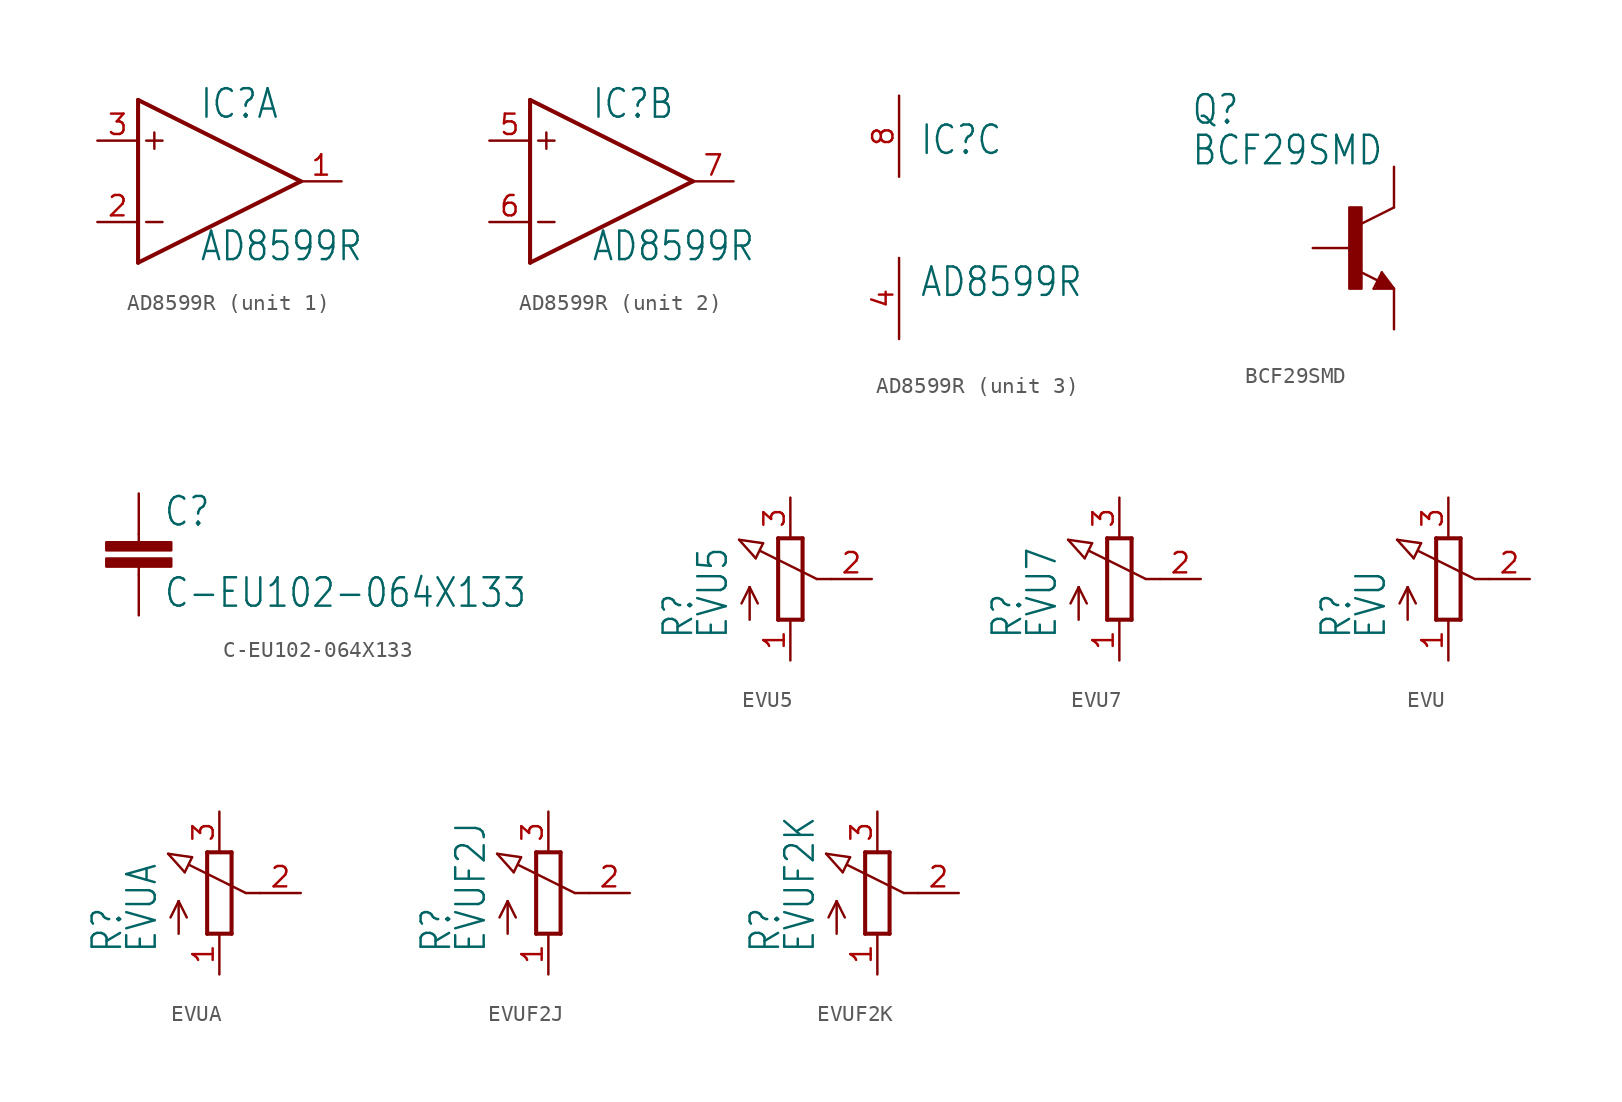
<source format=kicad_sym>
(kicad_symbol_lib
  (version 20211014)
  (generator kicad_symbol_editor)
  (symbol "AD8599R"
    (property "Reference" "IC"
      (at 1.27 3.81 0)
      (effects (font (size 1.778 1.511)) (justify left bottom)))
    (property "Value" "AD8599R"
      (at 1.27 -5.08 0)
      (effects (font (size 1.778 1.511)) (justify left bottom)))
    (property "ki_locked" ""
      (at 0 0 0)
      (effects (font (size 1.27 1.27))))
    (symbol "AD8599R_1_0"
      (polyline (pts (xy -2.54 -5.08) (xy 7.62 0)) (stroke (width 0.254) (type default) (color 0 0 0 0)) (fill (type none)))
      (polyline (pts (xy -2.54 5.08) (xy -2.54 -5.08)) (stroke (width 0.254) (type default) (color 0 0 0 0)) (fill (type none)))
      (polyline (pts (xy -2.032 -2.54) (xy -1.016 -2.54)) (stroke (width 0.152) (type default) (color 0 0 0 0)) (fill (type none)))
      (polyline (pts (xy -2.032 2.54) (xy -1.016 2.54)) (stroke (width 0.152) (type default) (color 0 0 0 0)) (fill (type none)))
      (polyline (pts (xy -1.524 3.048) (xy -1.524 2.032)) (stroke (width 0.152) (type default) (color 0 0 0 0)) (fill (type none)))
      (polyline (pts (xy 7.62 0) (xy -2.54 5.08)) (stroke (width 0.254) (type default) (color 0 0 0 0)) (fill (type none)))
      (pin output line (at 10.16 0 180) (length 2.54) (name "OUT" (effects (font (size 0 0)))) (number "1" (effects (font (size 1.27 1.27)))))
      (pin input line (at -5.08 -2.54 0) (length 2.54) (name "IN-" (effects (font (size 0 0)))) (number "2" (effects (font (size 1.27 1.27)))))
      (pin input line (at -5.08 2.54 0) (length 2.54) (name "IN+" (effects (font (size 0 0)))) (number "3" (effects (font (size 1.27 1.27))))))
    (symbol "AD8599R_2_0"
      (polyline (pts (xy -2.54 -5.08) (xy 7.62 0)) (stroke (width 0.254) (type default) (color 0 0 0 0)) (fill (type none)))
      (polyline (pts (xy -2.54 5.08) (xy -2.54 -5.08)) (stroke (width 0.254) (type default) (color 0 0 0 0)) (fill (type none)))
      (polyline (pts (xy -2.032 -2.54) (xy -1.016 -2.54)) (stroke (width 0.152) (type default) (color 0 0 0 0)) (fill (type none)))
      (polyline (pts (xy -2.032 2.54) (xy -1.016 2.54)) (stroke (width 0.152) (type default) (color 0 0 0 0)) (fill (type none)))
      (polyline (pts (xy -1.524 3.048) (xy -1.524 2.032)) (stroke (width 0.152) (type default) (color 0 0 0 0)) (fill (type none)))
      (polyline (pts (xy 7.62 0) (xy -2.54 5.08)) (stroke (width 0.254) (type default) (color 0 0 0 0)) (fill (type none)))
      (pin input line (at -5.08 2.54 0) (length 2.54) (name "IN+" (effects (font (size 0 0)))) (number "5" (effects (font (size 1.27 1.27)))))
      (pin input line (at -5.08 -2.54 0) (length 2.54) (name "IN-" (effects (font (size 0 0)))) (number "6" (effects (font (size 1.27 1.27)))))
      (pin output line (at 10.16 0 180) (length 2.54) (name "OUT" (effects (font (size 0 0)))) (number "7" (effects (font (size 1.27 1.27))))))
    (symbol "AD8599R_3_0"
      (pin power_in line (at 0 -7.62 90) (length 5.08) (name "V-" (effects (font (size 0 0)))) (number "4" (effects (font (size 1.27 1.27)))))
      (pin power_in line (at 0 7.62 270) (length 5.08) (name "V+" (effects (font (size 0 0)))) (number "8" (effects (font (size 1.27 1.27)))))))
  (symbol "BCF29SMD"
    (property "Reference" "Q"
      (at -10.16 7.62 0)
      (effects (font (size 1.778 1.511)) (justify left bottom)))
    (property "Value" "BCF29SMD"
      (at -10.16 5.08 0)
      (effects (font (size 1.778 1.511)) (justify left bottom)))
    (property "ki_locked" ""
      (at 0 0 0)
      (effects (font (size 1.27 1.27))))
    (symbol "BCF29SMD_1_0"
      (rectangle (start -0.254 -2.54) (end 0.508 2.54) (stroke (width 0) (type default) (color 0 0 0 0)) (fill (type outline)))
      (polyline (pts (xy 1.27 -2.54) (xy 1.778 -1.524)) (stroke (width 0.152) (type default) (color 0 0 0 0)) (fill (type none)))
      (polyline (pts (xy 1.524 -2.413) (xy 2.286 -2.413)) (stroke (width 0.254) (type default) (color 0 0 0 0)) (fill (type none)))
      (polyline (pts (xy 1.524 -2.286) (xy 1.905 -2.286)) (stroke (width 0.254) (type default) (color 0 0 0 0)) (fill (type none)))
      (polyline (pts (xy 1.54 -2.04) (xy 0.308 -1.424)) (stroke (width 0.152) (type default) (color 0 0 0 0)) (fill (type none)))
      (polyline (pts (xy 1.778 -1.778) (xy 1.524 -2.286)) (stroke (width 0.254) (type default) (color 0 0 0 0)) (fill (type none)))
      (polyline (pts (xy 1.778 -1.524) (xy 2.54 -2.54)) (stroke (width 0.152) (type default) (color 0 0 0 0)) (fill (type none)))
      (polyline (pts (xy 1.905 -2.286) (xy 1.778 -2.032)) (stroke (width 0.254) (type default) (color 0 0 0 0)) (fill (type none)))
      (polyline (pts (xy 2.286 -2.413) (xy 1.778 -1.778)) (stroke (width 0.254) (type default) (color 0 0 0 0)) (fill (type none)))
      (polyline (pts (xy 2.54 -2.54) (xy 1.27 -2.54)) (stroke (width 0.152) (type default) (color 0 0 0 0)) (fill (type none)))
      (polyline (pts (xy 2.54 2.54) (xy 0.508 1.524)) (stroke (width 0.152) (type default) (color 0 0 0 0)) (fill (type none)))
      (pin passive line (at -2.54 0 0) (length 2.54) (name "B" (effects (font (size 0 0)))) (number "1" (effects (font (size 0 0)))))
      (pin passive line (at 2.54 -5.08 90) (length 2.54) (name "E" (effects (font (size 0 0)))) (number "2" (effects (font (size 0 0)))))
      (pin passive line (at 2.54 5.08 270) (length 2.54) (name "C" (effects (font (size 0 0)))) (number "3" (effects (font (size 0 0)))))))
  (symbol "C-EU102-064X133"
    (property "Reference" "C"
      (at 1.524 0.381 0)
      (effects (font (size 1.778 1.511)) (justify left bottom)))
    (property "Value" "C-EU102-064X133"
      (at 1.524 -4.699 0)
      (effects (font (size 1.778 1.511)) (justify left bottom)))
    (property "ki_locked" ""
      (at 0 0 0)
      (effects (font (size 1.27 1.27))))
    (symbol "C-EU102-064X133_1_0"
      (rectangle (start -2.032 -2.032) (end 2.032 -1.524) (stroke (width 0) (type default) (color 0 0 0 0)) (fill (type outline)))
      (rectangle (start -2.032 -1.016) (end 2.032 -0.508) (stroke (width 0) (type default) (color 0 0 0 0)) (fill (type outline)))
      (polyline (pts (xy 0 -2.54) (xy 0 -2.032)) (stroke (width 0.152) (type default) (color 0 0 0 0)) (fill (type none)))
      (polyline (pts (xy 0 0) (xy 0 -0.508)) (stroke (width 0.152) (type default) (color 0 0 0 0)) (fill (type none)))
      (pin passive line (at 0 2.54 270) (length 2.54) (name "1" (effects (font (size 0 0)))) (number "1" (effects (font (size 0 0)))))
      (pin passive line (at 0 -5.08 90) (length 2.54) (name "2" (effects (font (size 0 0)))) (number "2" (effects (font (size 0 0)))))))
  (symbol "EVU5"
    (property "Reference" "R"
      (at -5.969 -3.81 90)
      (effects (font (size 1.778 1.511)) (justify left bottom)))
    (property "Value" "EVU5"
      (at -3.81 -3.81 90)
      (effects (font (size 1.778 1.511)) (justify left bottom)))
    (property "ki_locked" ""
      (at 0 0 0)
      (effects (font (size 1.27 1.27))))
    (symbol "EVU5_1_0"
      (polyline (pts (xy -3.199 2.45) (xy -1.702 2.235)) (stroke (width 0.152) (type default) (color 0 0 0 0)) (fill (type none)))
      (polyline (pts (xy -2.54 -2.54) (xy -2.54 -0.508)) (stroke (width 0.152) (type default) (color 0 0 0 0)) (fill (type none)))
      (polyline (pts (xy -2.54 -0.508) (xy -3.048 -1.524)) (stroke (width 0.152) (type default) (color 0 0 0 0)) (fill (type none)))
      (polyline (pts (xy -2.54 -0.508) (xy -2.032 -1.524)) (stroke (width 0.152) (type default) (color 0 0 0 0)) (fill (type none)))
      (polyline (pts (xy -2.16 1.294) (xy -3.199 2.45)) (stroke (width 0.152) (type default) (color 0 0 0 0)) (fill (type none)))
      (polyline (pts (xy -2.16 1.294) (xy -1.702 2.235)) (stroke (width 0.152) (type default) (color 0 0 0 0)) (fill (type none)))
      (polyline (pts (xy -0.762 -2.54) (xy 0.762 -2.54)) (stroke (width 0.254) (type default) (color 0 0 0 0)) (fill (type none)))
      (polyline (pts (xy -0.762 2.54) (xy -0.762 -2.54)) (stroke (width 0.254) (type default) (color 0 0 0 0)) (fill (type none)))
      (polyline (pts (xy 0.762 -2.54) (xy 0.762 2.54)) (stroke (width 0.254) (type default) (color 0 0 0 0)) (fill (type none)))
      (polyline (pts (xy 0.762 2.54) (xy -0.762 2.54)) (stroke (width 0.254) (type default) (color 0 0 0 0)) (fill (type none)))
      (polyline (pts (xy 1.651 0) (xy -1.88 1.753)) (stroke (width 0.152) (type default) (color 0 0 0 0)) (fill (type none)))
      (polyline (pts (xy 2.54 0) (xy 1.651 0)) (stroke (width 0.152) (type default) (color 0 0 0 0)) (fill (type none)))
      (pin passive line (at 0 -5.08 90) (length 2.54) (name "A" (effects (font (size 0 0)))) (number "1" (effects (font (size 1.27 1.27)))))
      (pin passive line (at 5.08 0 180) (length 2.54) (name "S" (effects (font (size 0 0)))) (number "2" (effects (font (size 1.27 1.27)))))
      (pin passive line (at 0 5.08 270) (length 2.54) (name "E" (effects (font (size 0 0)))) (number "3" (effects (font (size 1.27 1.27)))))))
  (symbol "EVU7"
    (property "Reference" "R"
      (at -5.969 -3.81 90)
      (effects (font (size 1.778 1.511)) (justify left bottom)))
    (property "Value" "EVU7"
      (at -3.81 -3.81 90)
      (effects (font (size 1.778 1.511)) (justify left bottom)))
    (property "ki_locked" ""
      (at 0 0 0)
      (effects (font (size 1.27 1.27))))
    (symbol "EVU7_1_0"
      (polyline (pts (xy -3.199 2.45) (xy -1.702 2.235)) (stroke (width 0.152) (type default) (color 0 0 0 0)) (fill (type none)))
      (polyline (pts (xy -2.54 -2.54) (xy -2.54 -0.508)) (stroke (width 0.152) (type default) (color 0 0 0 0)) (fill (type none)))
      (polyline (pts (xy -2.54 -0.508) (xy -3.048 -1.524)) (stroke (width 0.152) (type default) (color 0 0 0 0)) (fill (type none)))
      (polyline (pts (xy -2.54 -0.508) (xy -2.032 -1.524)) (stroke (width 0.152) (type default) (color 0 0 0 0)) (fill (type none)))
      (polyline (pts (xy -2.16 1.294) (xy -3.199 2.45)) (stroke (width 0.152) (type default) (color 0 0 0 0)) (fill (type none)))
      (polyline (pts (xy -2.16 1.294) (xy -1.702 2.235)) (stroke (width 0.152) (type default) (color 0 0 0 0)) (fill (type none)))
      (polyline (pts (xy -0.762 -2.54) (xy 0.762 -2.54)) (stroke (width 0.254) (type default) (color 0 0 0 0)) (fill (type none)))
      (polyline (pts (xy -0.762 2.54) (xy -0.762 -2.54)) (stroke (width 0.254) (type default) (color 0 0 0 0)) (fill (type none)))
      (polyline (pts (xy 0.762 -2.54) (xy 0.762 2.54)) (stroke (width 0.254) (type default) (color 0 0 0 0)) (fill (type none)))
      (polyline (pts (xy 0.762 2.54) (xy -0.762 2.54)) (stroke (width 0.254) (type default) (color 0 0 0 0)) (fill (type none)))
      (polyline (pts (xy 1.651 0) (xy -1.88 1.753)) (stroke (width 0.152) (type default) (color 0 0 0 0)) (fill (type none)))
      (polyline (pts (xy 2.54 0) (xy 1.651 0)) (stroke (width 0.152) (type default) (color 0 0 0 0)) (fill (type none)))
      (pin passive line (at 0 -5.08 90) (length 2.54) (name "A" (effects (font (size 0 0)))) (number "1" (effects (font (size 1.27 1.27)))))
      (pin passive line (at 5.08 0 180) (length 2.54) (name "S" (effects (font (size 0 0)))) (number "2" (effects (font (size 1.27 1.27)))))
      (pin passive line (at 0 5.08 270) (length 2.54) (name "E" (effects (font (size 0 0)))) (number "3" (effects (font (size 1.27 1.27)))))))
  (symbol "EVU"
    (property "Reference" "R"
      (at -5.969 -3.81 90)
      (effects (font (size 1.778 1.511)) (justify left bottom)))
    (property "Value" "EVU"
      (at -3.81 -3.81 90)
      (effects (font (size 1.778 1.511)) (justify left bottom)))
    (property "ki_locked" ""
      (at 0 0 0)
      (effects (font (size 1.27 1.27))))
    (symbol "EVU_1_0"
      (polyline (pts (xy -3.199 2.45) (xy -1.702 2.235)) (stroke (width 0.152) (type default) (color 0 0 0 0)) (fill (type none)))
      (polyline (pts (xy -2.54 -2.54) (xy -2.54 -0.508)) (stroke (width 0.152) (type default) (color 0 0 0 0)) (fill (type none)))
      (polyline (pts (xy -2.54 -0.508) (xy -3.048 -1.524)) (stroke (width 0.152) (type default) (color 0 0 0 0)) (fill (type none)))
      (polyline (pts (xy -2.54 -0.508) (xy -2.032 -1.524)) (stroke (width 0.152) (type default) (color 0 0 0 0)) (fill (type none)))
      (polyline (pts (xy -2.16 1.294) (xy -3.199 2.45)) (stroke (width 0.152) (type default) (color 0 0 0 0)) (fill (type none)))
      (polyline (pts (xy -2.16 1.294) (xy -1.702 2.235)) (stroke (width 0.152) (type default) (color 0 0 0 0)) (fill (type none)))
      (polyline (pts (xy -0.762 -2.54) (xy 0.762 -2.54)) (stroke (width 0.254) (type default) (color 0 0 0 0)) (fill (type none)))
      (polyline (pts (xy -0.762 2.54) (xy -0.762 -2.54)) (stroke (width 0.254) (type default) (color 0 0 0 0)) (fill (type none)))
      (polyline (pts (xy 0.762 -2.54) (xy 0.762 2.54)) (stroke (width 0.254) (type default) (color 0 0 0 0)) (fill (type none)))
      (polyline (pts (xy 0.762 2.54) (xy -0.762 2.54)) (stroke (width 0.254) (type default) (color 0 0 0 0)) (fill (type none)))
      (polyline (pts (xy 1.651 0) (xy -1.88 1.753)) (stroke (width 0.152) (type default) (color 0 0 0 0)) (fill (type none)))
      (polyline (pts (xy 2.54 0) (xy 1.651 0)) (stroke (width 0.152) (type default) (color 0 0 0 0)) (fill (type none)))
      (pin passive line (at 0 -5.08 90) (length 2.54) (name "A" (effects (font (size 0 0)))) (number "1" (effects (font (size 1.27 1.27)))))
      (pin passive line (at 5.08 0 180) (length 2.54) (name "S" (effects (font (size 0 0)))) (number "2" (effects (font (size 1.27 1.27)))))
      (pin passive line (at 0 5.08 270) (length 2.54) (name "E" (effects (font (size 0 0)))) (number "3" (effects (font (size 1.27 1.27)))))))
  (symbol "EVUA"
    (property "Reference" "R"
      (at -5.969 -3.81 90)
      (effects (font (size 1.778 1.511)) (justify left bottom)))
    (property "Value" "EVUA"
      (at -3.81 -3.81 90)
      (effects (font (size 1.778 1.511)) (justify left bottom)))
    (property "ki_locked" ""
      (at 0 0 0)
      (effects (font (size 1.27 1.27))))
    (symbol "EVUA_1_0"
      (polyline (pts (xy -3.199 2.45) (xy -1.702 2.235)) (stroke (width 0.152) (type default) (color 0 0 0 0)) (fill (type none)))
      (polyline (pts (xy -2.54 -2.54) (xy -2.54 -0.508)) (stroke (width 0.152) (type default) (color 0 0 0 0)) (fill (type none)))
      (polyline (pts (xy -2.54 -0.508) (xy -3.048 -1.524)) (stroke (width 0.152) (type default) (color 0 0 0 0)) (fill (type none)))
      (polyline (pts (xy -2.54 -0.508) (xy -2.032 -1.524)) (stroke (width 0.152) (type default) (color 0 0 0 0)) (fill (type none)))
      (polyline (pts (xy -2.16 1.294) (xy -3.199 2.45)) (stroke (width 0.152) (type default) (color 0 0 0 0)) (fill (type none)))
      (polyline (pts (xy -2.16 1.294) (xy -1.702 2.235)) (stroke (width 0.152) (type default) (color 0 0 0 0)) (fill (type none)))
      (polyline (pts (xy -0.762 -2.54) (xy 0.762 -2.54)) (stroke (width 0.254) (type default) (color 0 0 0 0)) (fill (type none)))
      (polyline (pts (xy -0.762 2.54) (xy -0.762 -2.54)) (stroke (width 0.254) (type default) (color 0 0 0 0)) (fill (type none)))
      (polyline (pts (xy 0.762 -2.54) (xy 0.762 2.54)) (stroke (width 0.254) (type default) (color 0 0 0 0)) (fill (type none)))
      (polyline (pts (xy 0.762 2.54) (xy -0.762 2.54)) (stroke (width 0.254) (type default) (color 0 0 0 0)) (fill (type none)))
      (polyline (pts (xy 1.651 0) (xy -1.88 1.753)) (stroke (width 0.152) (type default) (color 0 0 0 0)) (fill (type none)))
      (polyline (pts (xy 2.54 0) (xy 1.651 0)) (stroke (width 0.152) (type default) (color 0 0 0 0)) (fill (type none)))
      (pin passive line (at 0 -5.08 90) (length 2.54) (name "A" (effects (font (size 0 0)))) (number "1" (effects (font (size 1.27 1.27)))))
      (pin passive line (at 5.08 0 180) (length 2.54) (name "S" (effects (font (size 0 0)))) (number "2" (effects (font (size 1.27 1.27)))))
      (pin passive line (at 0 5.08 270) (length 2.54) (name "E" (effects (font (size 0 0)))) (number "3" (effects (font (size 1.27 1.27)))))))
  (symbol "EVUF2J"
    (property "Reference" "R"
      (at -5.969 -3.81 90)
      (effects (font (size 1.778 1.511)) (justify left bottom)))
    (property "Value" "EVUF2J"
      (at -3.81 -3.81 90)
      (effects (font (size 1.778 1.511)) (justify left bottom)))
    (property "ki_locked" ""
      (at 0 0 0)
      (effects (font (size 1.27 1.27))))
    (symbol "EVUF2J_1_0"
      (polyline (pts (xy -3.199 2.45) (xy -1.702 2.235)) (stroke (width 0.152) (type default) (color 0 0 0 0)) (fill (type none)))
      (polyline (pts (xy -2.54 -2.54) (xy -2.54 -0.508)) (stroke (width 0.152) (type default) (color 0 0 0 0)) (fill (type none)))
      (polyline (pts (xy -2.54 -0.508) (xy -3.048 -1.524)) (stroke (width 0.152) (type default) (color 0 0 0 0)) (fill (type none)))
      (polyline (pts (xy -2.54 -0.508) (xy -2.032 -1.524)) (stroke (width 0.152) (type default) (color 0 0 0 0)) (fill (type none)))
      (polyline (pts (xy -2.16 1.294) (xy -3.199 2.45)) (stroke (width 0.152) (type default) (color 0 0 0 0)) (fill (type none)))
      (polyline (pts (xy -2.16 1.294) (xy -1.702 2.235)) (stroke (width 0.152) (type default) (color 0 0 0 0)) (fill (type none)))
      (polyline (pts (xy -0.762 -2.54) (xy 0.762 -2.54)) (stroke (width 0.254) (type default) (color 0 0 0 0)) (fill (type none)))
      (polyline (pts (xy -0.762 2.54) (xy -0.762 -2.54)) (stroke (width 0.254) (type default) (color 0 0 0 0)) (fill (type none)))
      (polyline (pts (xy 0.762 -2.54) (xy 0.762 2.54)) (stroke (width 0.254) (type default) (color 0 0 0 0)) (fill (type none)))
      (polyline (pts (xy 0.762 2.54) (xy -0.762 2.54)) (stroke (width 0.254) (type default) (color 0 0 0 0)) (fill (type none)))
      (polyline (pts (xy 1.651 0) (xy -1.88 1.753)) (stroke (width 0.152) (type default) (color 0 0 0 0)) (fill (type none)))
      (polyline (pts (xy 2.54 0) (xy 1.651 0)) (stroke (width 0.152) (type default) (color 0 0 0 0)) (fill (type none)))
      (pin passive line (at 0 -5.08 90) (length 2.54) (name "A" (effects (font (size 0 0)))) (number "1" (effects (font (size 1.27 1.27)))))
      (pin passive line (at 5.08 0 180) (length 2.54) (name "S" (effects (font (size 0 0)))) (number "2" (effects (font (size 1.27 1.27)))))
      (pin passive line (at 0 5.08 270) (length 2.54) (name "E" (effects (font (size 0 0)))) (number "3" (effects (font (size 1.27 1.27)))))))
  (symbol "EVUF2K"
    (property "Reference" "R"
      (at -5.969 -3.81 90)
      (effects (font (size 1.778 1.511)) (justify left bottom)))
    (property "Value" "EVUF2K"
      (at -3.81 -3.81 90)
      (effects (font (size 1.778 1.511)) (justify left bottom)))
    (property "ki_locked" ""
      (at 0 0 0)
      (effects (font (size 1.27 1.27))))
    (symbol "EVUF2K_1_0"
      (polyline (pts (xy -3.199 2.45) (xy -1.702 2.235)) (stroke (width 0.152) (type default) (color 0 0 0 0)) (fill (type none)))
      (polyline (pts (xy -2.54 -2.54) (xy -2.54 -0.508)) (stroke (width 0.152) (type default) (color 0 0 0 0)) (fill (type none)))
      (polyline (pts (xy -2.54 -0.508) (xy -3.048 -1.524)) (stroke (width 0.152) (type default) (color 0 0 0 0)) (fill (type none)))
      (polyline (pts (xy -2.54 -0.508) (xy -2.032 -1.524)) (stroke (width 0.152) (type default) (color 0 0 0 0)) (fill (type none)))
      (polyline (pts (xy -2.16 1.294) (xy -3.199 2.45)) (stroke (width 0.152) (type default) (color 0 0 0 0)) (fill (type none)))
      (polyline (pts (xy -2.16 1.294) (xy -1.702 2.235)) (stroke (width 0.152) (type default) (color 0 0 0 0)) (fill (type none)))
      (polyline (pts (xy -0.762 -2.54) (xy 0.762 -2.54)) (stroke (width 0.254) (type default) (color 0 0 0 0)) (fill (type none)))
      (polyline (pts (xy -0.762 2.54) (xy -0.762 -2.54)) (stroke (width 0.254) (type default) (color 0 0 0 0)) (fill (type none)))
      (polyline (pts (xy 0.762 -2.54) (xy 0.762 2.54)) (stroke (width 0.254) (type default) (color 0 0 0 0)) (fill (type none)))
      (polyline (pts (xy 0.762 2.54) (xy -0.762 2.54)) (stroke (width 0.254) (type default) (color 0 0 0 0)) (fill (type none)))
      (polyline (pts (xy 1.651 0) (xy -1.88 1.753)) (stroke (width 0.152) (type default) (color 0 0 0 0)) (fill (type none)))
      (polyline (pts (xy 2.54 0) (xy 1.651 0)) (stroke (width 0.152) (type default) (color 0 0 0 0)) (fill (type none)))
      (pin passive line (at 0 -5.08 90) (length 2.54) (name "A" (effects (font (size 0 0)))) (number "1" (effects (font (size 1.27 1.27)))))
      (pin passive line (at 5.08 0 180) (length 2.54) (name "S" (effects (font (size 0 0)))) (number "2" (effects (font (size 1.27 1.27)))))
      (pin passive line (at 0 5.08 270) (length 2.54) (name "E" (effects (font (size 0 0)))) (number "3" (effects (font (size 1.27 1.27))))))))
</source>
